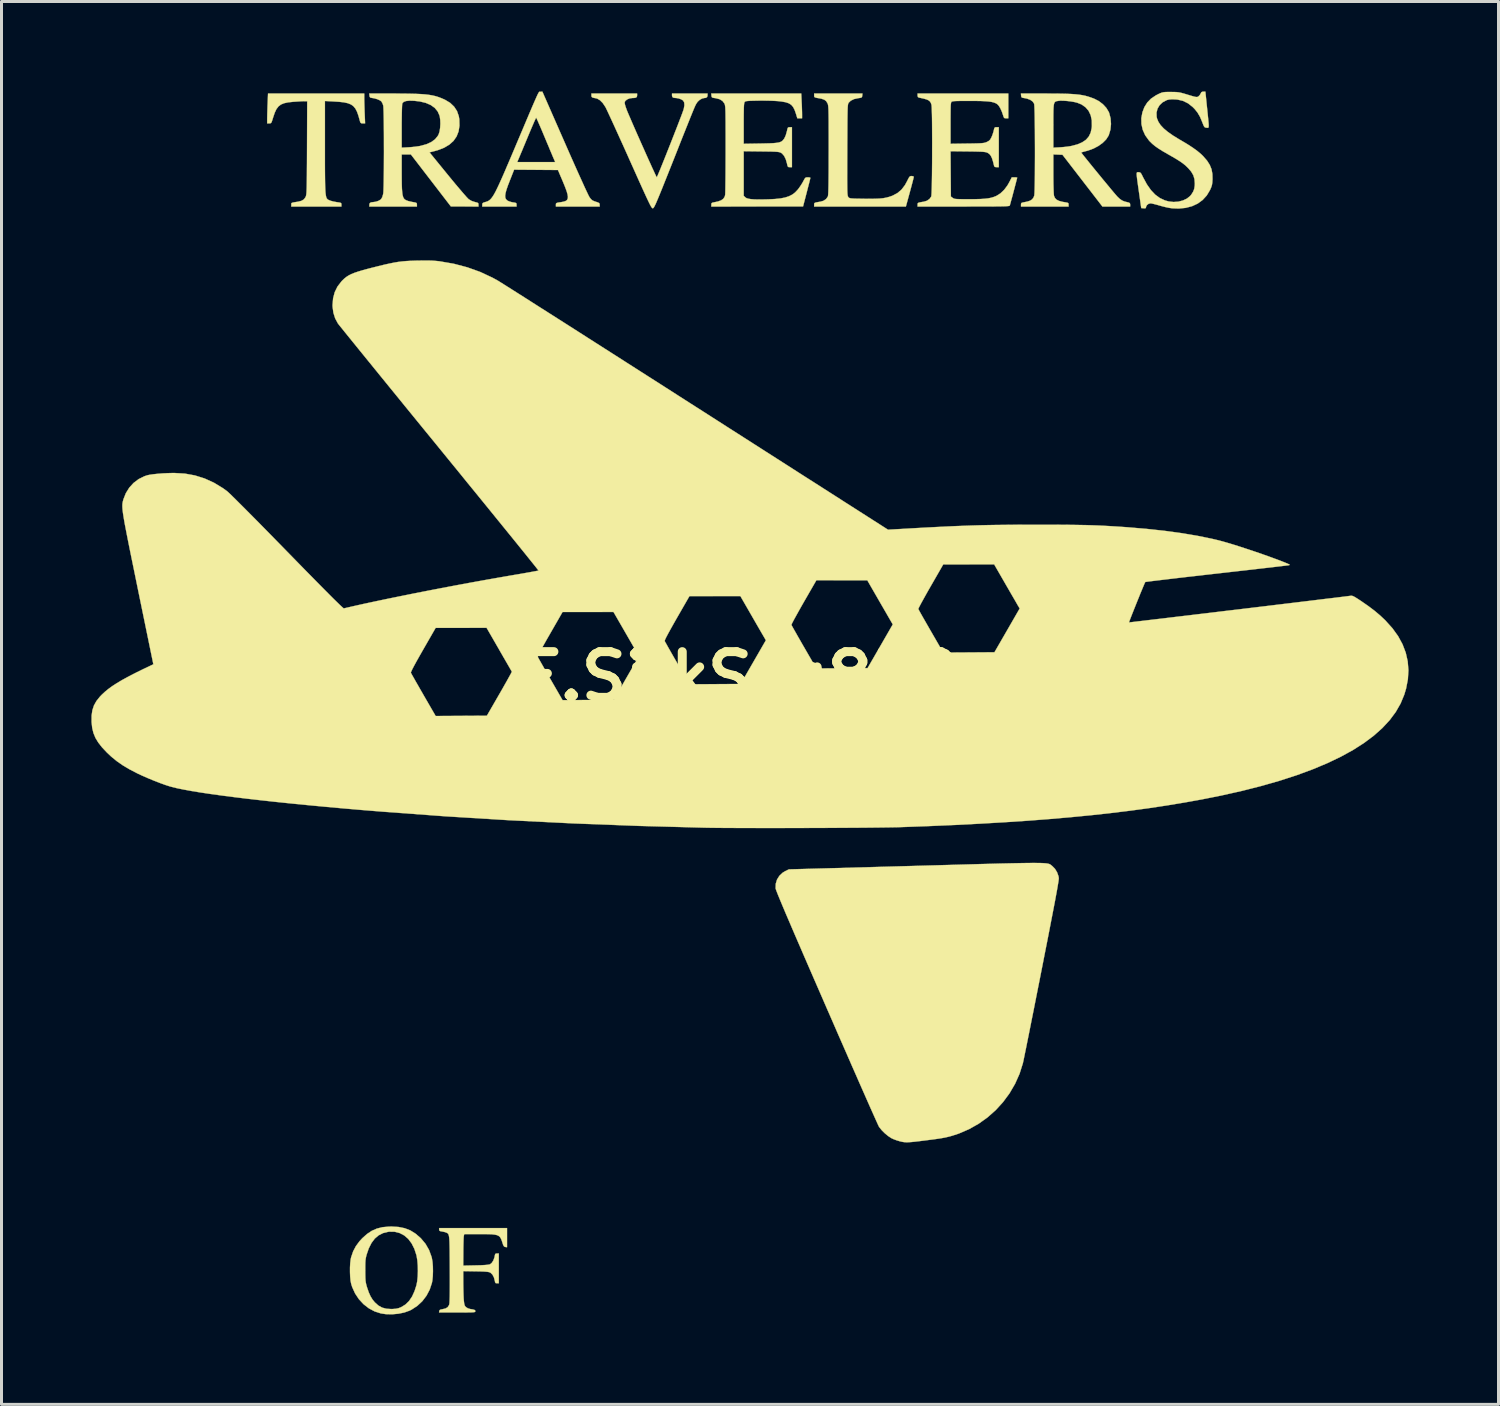
<source format=kicad_pcb>
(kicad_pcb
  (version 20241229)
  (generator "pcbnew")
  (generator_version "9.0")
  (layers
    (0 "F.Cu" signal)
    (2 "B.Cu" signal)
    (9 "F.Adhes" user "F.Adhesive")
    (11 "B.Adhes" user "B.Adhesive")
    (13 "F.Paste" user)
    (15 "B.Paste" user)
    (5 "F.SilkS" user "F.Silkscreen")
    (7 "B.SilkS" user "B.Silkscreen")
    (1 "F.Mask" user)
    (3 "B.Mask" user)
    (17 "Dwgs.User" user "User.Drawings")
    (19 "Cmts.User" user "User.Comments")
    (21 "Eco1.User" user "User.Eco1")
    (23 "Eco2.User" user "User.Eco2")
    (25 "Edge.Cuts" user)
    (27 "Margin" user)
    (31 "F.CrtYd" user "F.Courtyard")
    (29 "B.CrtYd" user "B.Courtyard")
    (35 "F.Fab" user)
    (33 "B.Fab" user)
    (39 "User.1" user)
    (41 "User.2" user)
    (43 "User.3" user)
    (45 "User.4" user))
  (footprint "F.SilkS_g852"
    (layer "F.Cu")
    (at 21.632 19.523)
    (property "Reference" "F.SilkS_g852" (at 0 0 0) (layer "F.SilkS") (effects (font (size 1.524 1.524) (thickness 0.3))))
    (attr through_hole)
    (fp_poly (pts (xy -12.531 -19.288) (xy -12.53 -19.207) (xy -12.527 -19.096) (xy -12.523 -18.968) (xy -12.519 -18.836) (xy -12.517 -18.791) (xy -12.503 -18.457) (xy -12.579 -18.457) (xy -12.628 -18.461) (xy -12.655 -18.478) (xy -12.672 -18.52) (xy -12.679 -18.547) (xy -12.725 -18.712) (xy -12.772 -18.845) (xy -12.826 -18.95) (xy -12.892 -19.029) (xy -12.974 -19.088) (xy -13.078 -19.13) (xy -13.209 -19.159) (xy -13.373 -19.177) (xy -13.563 -19.189) (xy -13.843 -19.204) (xy -13.843 -17.681) (xy -13.843 -17.372) (xy -13.843 -17.104) (xy -13.842 -16.872) (xy -13.84 -16.673) (xy -13.838 -16.506) (xy -13.835 -16.366) (xy -13.83 -16.252) (xy -13.825 -16.161) (xy -13.817 -16.089) (xy -13.808 -16.034) (xy -13.798 -15.992) (xy -13.785 -15.962) (xy -13.769 -15.94) (xy -13.752 -15.923) (xy -13.732 -15.908) (xy -13.731 -15.908) (xy -13.665 -15.879) (xy -13.565 -15.851) (xy -13.439 -15.828) (xy -13.393 -15.822) (xy -13.333 -15.812) (xy -13.303 -15.797) (xy -13.293 -15.77) (xy -13.293 -15.747) (xy -13.293 -15.684) (xy -14.965 -15.684) (xy -14.965 -15.747) (xy -14.965 -15.775) (xy -14.961 -15.793) (xy -14.944 -15.806) (xy -14.909 -15.817) (xy -14.847 -15.828) (xy -14.752 -15.843) (xy -14.737 -15.845) (xy -14.625 -15.874) (xy -14.545 -15.922) (xy -14.491 -15.995) (xy -14.485 -16.009) (xy -14.478 -16.028) (xy -14.471 -16.051) (xy -14.466 -16.08) (xy -14.461 -16.12) (xy -14.457 -16.172) (xy -14.454 -16.24) (xy -14.451 -16.327) (xy -14.449 -16.436) (xy -14.447 -16.57) (xy -14.445 -16.732) (xy -14.444 -16.925) (xy -14.442 -17.152) (xy -14.441 -17.416) (xy -14.44 -17.648) (xy -14.434 -19.198) (xy -14.535 -19.198) (xy -14.597 -19.196) (xy -14.688 -19.191) (xy -14.796 -19.184) (xy -14.899 -19.177) (xy -15.07 -19.159) (xy -15.205 -19.13) (xy -15.311 -19.086) (xy -15.394 -19.022) (xy -15.461 -18.933) (xy -15.517 -18.814) (xy -15.569 -18.661) (xy -15.571 -18.654) (xy -15.599 -18.564) (xy -15.619 -18.506) (xy -15.637 -18.475) (xy -15.658 -18.461) (xy -15.686 -18.457) (xy -15.7 -18.457) (xy -15.769 -18.457) (xy -15.769 -18.602) (xy -15.768 -18.674) (xy -15.766 -18.777) (xy -15.762 -18.9) (xy -15.758 -19.031) (xy -15.755 -19.1) (xy -15.741 -19.452) (xy -12.531 -19.452) (xy -12.531 -19.288)) (stroke (width 0.01) (type solid)) (fill yes) (layer "F.SilkS"))
    (fp_poly (pts (xy -11.387 18.357) (xy -11.181 18.399) (xy -10.994 18.472) (xy -10.822 18.579) (xy -10.656 18.722) (xy -10.643 18.734) (xy -10.488 18.919) (xy -10.369 19.126) (xy -10.286 19.354) (xy -10.275 19.399) (xy -10.254 19.522) (xy -10.242 19.672) (xy -10.239 19.833) (xy -10.244 19.993) (xy -10.258 20.136) (xy -10.274 20.224) (xy -10.348 20.447) (xy -10.457 20.653) (xy -10.597 20.836) (xy -10.764 20.991) (xy -10.954 21.115) (xy -11.018 21.147) (xy -11.194 21.21) (xy -11.394 21.251) (xy -11.604 21.27) (xy -11.811 21.265) (xy -11.974 21.241) (xy -12.184 21.174) (xy -12.379 21.07) (xy -12.555 20.933) (xy -12.709 20.767) (xy -12.836 20.576) (xy -12.933 20.363) (xy -12.967 20.255) (xy -12.988 20.15) (xy -13.001 20.015) (xy -13.007 19.865) (xy -13.007 19.793) (xy -12.497 19.793) (xy -12.497 19.812) (xy -12.496 19.951) (xy -12.494 20.056) (xy -12.489 20.138) (xy -12.48 20.206) (xy -12.467 20.269) (xy -12.449 20.336) (xy -12.439 20.369) (xy -12.382 20.535) (xy -12.322 20.669) (xy -12.254 20.78) (xy -12.178 20.872) (xy -12.061 20.977) (xy -11.935 21.047) (xy -11.791 21.085) (xy -11.623 21.095) (xy -11.588 21.094) (xy -11.475 21.085) (xy -11.384 21.065) (xy -11.297 21.03) (xy -11.158 20.945) (xy -11.038 20.829) (xy -10.937 20.68) (xy -10.853 20.496) (xy -10.791 20.303) (xy -10.764 20.168) (xy -10.748 20.005) (xy -10.742 19.825) (xy -10.746 19.643) (xy -10.76 19.471) (xy -10.785 19.322) (xy -10.791 19.296) (xy -10.86 19.085) (xy -10.952 18.903) (xy -11.065 18.754) (xy -11.198 18.639) (xy -11.348 18.56) (xy -11.513 18.517) (xy -11.69 18.514) (xy -11.735 18.519) (xy -11.904 18.561) (xy -12.052 18.636) (xy -12.18 18.745) (xy -12.289 18.89) (xy -12.381 19.072) (xy -12.45 19.273) (xy -12.468 19.34) (xy -12.481 19.403) (xy -12.49 19.471) (xy -12.495 19.552) (xy -12.497 19.657) (xy -12.497 19.793) (xy -13.007 19.793) (xy -13.007 19.71) (xy -12.999 19.563) (xy -12.984 19.436) (xy -12.969 19.367) (xy -12.901 19.169) (xy -12.809 18.994) (xy -12.687 18.83) (xy -12.595 18.731) (xy -12.437 18.59) (xy -12.277 18.484) (xy -12.108 18.41) (xy -11.92 18.364) (xy -11.708 18.345) (xy -11.62 18.343) (xy -11.387 18.357)) (stroke (width 0.01) (type solid)) (fill yes) (layer "F.SilkS"))
    (fp_poly (pts (xy 4.081 -19.383) (xy 4.075 -19.345) (xy 4.06 -19.323) (xy 4.025 -19.31) (xy 3.959 -19.3) (xy 3.95 -19.299) (xy 3.808 -19.268) (xy 3.698 -19.214) (xy 3.631 -19.149) (xy 3.623 -19.137) (xy 3.616 -19.123) (xy 3.61 -19.103) (xy 3.604 -19.076) (xy 3.6 -19.038) (xy 3.596 -18.986) (xy 3.593 -18.917) (xy 3.591 -18.828) (xy 3.589 -18.716) (xy 3.587 -18.578) (xy 3.586 -18.411) (xy 3.585 -18.212) (xy 3.584 -17.979) (xy 3.582 -17.707) (xy 3.582 -17.57) (xy 3.581 -17.28) (xy 3.58 -17.029) (xy 3.58 -16.814) (xy 3.579 -16.633) (xy 3.58 -16.482) (xy 3.581 -16.359) (xy 3.582 -16.26) (xy 3.584 -16.183) (xy 3.587 -16.124) (xy 3.591 -16.08) (xy 3.596 -16.05) (xy 3.601 -16.028) (xy 3.608 -16.013) (xy 3.615 -16.002) (xy 3.617 -16) (xy 3.631 -15.983) (xy 3.648 -15.971) (xy 3.672 -15.962) (xy 3.709 -15.955) (xy 3.765 -15.951) (xy 3.846 -15.947) (xy 3.957 -15.945) (xy 4.103 -15.943) (xy 4.141 -15.942) (xy 4.347 -15.94) (xy 4.517 -15.943) (xy 4.658 -15.949) (xy 4.778 -15.961) (xy 4.881 -15.98) (xy 4.976 -16.005) (xy 5.069 -16.037) (xy 5.101 -16.05) (xy 5.259 -16.135) (xy 5.393 -16.25) (xy 5.507 -16.4) (xy 5.576 -16.527) (xy 5.617 -16.609) (xy 5.646 -16.66) (xy 5.671 -16.688) (xy 5.697 -16.699) (xy 5.73 -16.701) (xy 5.78 -16.693) (xy 5.8 -16.674) (xy 5.8 -16.674) (xy 5.795 -16.647) (xy 5.78 -16.585) (xy 5.757 -16.494) (xy 5.727 -16.381) (xy 5.692 -16.251) (xy 5.669 -16.166) (xy 5.537 -15.684) (xy 2.477 -15.684) (xy 2.477 -15.746) (xy 2.478 -15.777) (xy 2.487 -15.798) (xy 2.512 -15.812) (xy 2.561 -15.824) (xy 2.641 -15.838) (xy 2.682 -15.844) (xy 2.788 -15.875) (xy 2.873 -15.932) (xy 2.928 -16.006) (xy 2.936 -16.024) (xy 2.941 -16.052) (xy 2.946 -16.104) (xy 2.95 -16.183) (xy 2.953 -16.289) (xy 2.956 -16.426) (xy 2.958 -16.596) (xy 2.96 -16.8) (xy 2.961 -17.041) (xy 2.961 -17.32) (xy 2.962 -17.568) (xy 2.962 -17.854) (xy 2.962 -18.1) (xy 2.961 -18.311) (xy 2.961 -18.488) (xy 2.96 -18.636) (xy 2.958 -18.756) (xy 2.956 -18.853) (xy 2.954 -18.93) (xy 2.95 -18.989) (xy 2.946 -19.034) (xy 2.941 -19.068) (xy 2.935 -19.094) (xy 2.928 -19.114) (xy 2.921 -19.13) (xy 2.878 -19.199) (xy 2.817 -19.246) (xy 2.728 -19.278) (xy 2.656 -19.293) (xy 2.57 -19.307) (xy 2.517 -19.32) (xy 2.489 -19.334) (xy 2.478 -19.355) (xy 2.477 -19.386) (xy 2.477 -19.389) (xy 2.477 -19.452) (xy 4.088 -19.452) (xy 4.081 -19.383)) (stroke (width 0.01) (type solid)) (fill yes) (layer "F.SilkS"))
    (fp_poly (pts (xy -7.768 19.032) (xy -7.824 19.025) (xy -7.857 19.015) (xy -7.881 18.989) (xy -7.904 18.937) (xy -7.917 18.896) (xy -7.944 18.812) (xy -7.971 18.746) (xy -8.003 18.694) (xy -8.046 18.656) (xy -8.103 18.629) (xy -8.181 18.612) (xy -8.284 18.601) (xy -8.416 18.597) (xy -8.584 18.595) (xy -8.678 18.595) (xy -9.196 18.595) (xy -9.21 18.658) (xy -9.214 18.698) (xy -9.218 18.773) (xy -9.221 18.875) (xy -9.224 18.998) (xy -9.226 19.135) (xy -9.226 19.184) (xy -9.229 19.647) (xy -8.811 19.638) (xy -8.644 19.634) (xy -8.515 19.627) (xy -8.422 19.619) (xy -8.36 19.609) (xy -8.333 19.6) (xy -8.274 19.551) (xy -8.223 19.47) (xy -8.187 19.369) (xy -8.179 19.327) (xy -8.167 19.272) (xy -8.148 19.247) (xy -8.111 19.241) (xy -8.104 19.241) (xy -8.043 19.241) (xy -8.043 20.235) (xy -8.104 20.235) (xy -8.144 20.231) (xy -8.165 20.208) (xy -8.175 20.156) (xy -8.176 20.154) (xy -8.204 20.043) (xy -8.252 19.95) (xy -8.315 19.887) (xy -8.327 19.88) (xy -8.357 19.867) (xy -8.398 19.857) (xy -8.457 19.85) (xy -8.539 19.844) (xy -8.65 19.84) (xy -8.798 19.837) (xy -8.811 19.837) (xy -9.229 19.83) (xy -9.228 20.239) (xy -9.226 20.38) (xy -9.223 20.52) (xy -9.219 20.647) (xy -9.214 20.752) (xy -9.209 20.816) (xy -9.198 20.905) (xy -9.184 20.964) (xy -9.165 21.002) (xy -9.136 21.032) (xy -9.076 21.069) (xy -9.005 21.092) (xy -9.001 21.093) (xy -8.915 21.107) (xy -8.864 21.12) (xy -8.837 21.134) (xy -8.827 21.152) (xy -8.826 21.167) (xy -8.828 21.179) (xy -8.835 21.189) (xy -8.852 21.196) (xy -8.885 21.201) (xy -8.936 21.205) (xy -9.012 21.207) (xy -9.117 21.208) (xy -9.254 21.209) (xy -9.429 21.209) (xy -10.036 21.209) (xy -10.029 21.162) (xy -10.017 21.131) (xy -9.986 21.113) (xy -9.923 21.1) (xy -9.921 21.1) (xy -9.817 21.075) (xy -9.748 21.032) (xy -9.705 20.967) (xy -9.694 20.934) (xy -9.688 20.889) (xy -9.684 20.802) (xy -9.68 20.674) (xy -9.678 20.504) (xy -9.677 20.292) (xy -9.677 20.037) (xy -9.678 19.754) (xy -9.679 19.503) (xy -9.681 19.291) (xy -9.682 19.115) (xy -9.685 18.971) (xy -9.688 18.855) (xy -9.693 18.764) (xy -9.7 18.695) (xy -9.709 18.644) (xy -9.72 18.608) (xy -9.734 18.584) (xy -9.75 18.567) (xy -9.771 18.555) (xy -9.795 18.544) (xy -9.796 18.543) (xy -9.851 18.525) (xy -9.921 18.51) (xy -9.94 18.507) (xy -9.999 18.495) (xy -10.026 18.478) (xy -10.033 18.447) (xy -10.033 18.444) (xy -10.033 18.394) (xy -7.768 18.394) (xy -7.768 19.032)) (stroke (width 0.01) (type solid)) (fill yes) (layer "F.SilkS"))
    (fp_poly (pts (xy -5.84 -17.809) (xy -5.727 -17.552) (xy -5.618 -17.305) (xy -5.513 -17.069) (xy -5.415 -16.849) (xy -5.324 -16.648) (xy -5.242 -16.468) (xy -5.171 -16.311) (xy -5.111 -16.183) (xy -5.064 -16.084) (xy -5.031 -16.019) (xy -5.016 -15.993) (xy -4.969 -15.931) (xy -4.924 -15.891) (xy -4.864 -15.862) (xy -4.81 -15.844) (xy -4.738 -15.82) (xy -4.699 -15.8) (xy -4.682 -15.777) (xy -4.678 -15.744) (xy -4.678 -15.684) (xy -6.138 -15.684) (xy -6.138 -15.745) (xy -6.136 -15.775) (xy -6.125 -15.795) (xy -6.095 -15.808) (xy -6.039 -15.819) (xy -5.975 -15.828) (xy -5.887 -15.844) (xy -5.819 -15.865) (xy -5.772 -15.896) (xy -5.745 -15.941) (xy -5.737 -16.004) (xy -5.749 -16.087) (xy -5.78 -16.196) (xy -5.831 -16.334) (xy -5.9 -16.504) (xy -5.934 -16.584) (xy -6.07 -16.902) (xy -7.532 -16.913) (xy -7.672 -16.558) (xy -7.739 -16.385) (xy -7.787 -16.246) (xy -7.817 -16.136) (xy -7.83 -16.05) (xy -7.827 -15.984) (xy -7.807 -15.934) (xy -7.771 -15.895) (xy -7.743 -15.875) (xy -7.681 -15.849) (xy -7.602 -15.827) (xy -7.563 -15.821) (xy -7.498 -15.811) (xy -7.465 -15.798) (xy -7.452 -15.775) (xy -7.451 -15.746) (xy -7.451 -15.684) (xy -8.594 -15.684) (xy -8.594 -15.745) (xy -8.589 -15.784) (xy -8.568 -15.807) (xy -8.52 -15.825) (xy -8.498 -15.831) (xy -8.453 -15.844) (xy -8.411 -15.86) (xy -8.371 -15.883) (xy -8.331 -15.915) (xy -8.291 -15.958) (xy -8.249 -16.015) (xy -8.203 -16.088) (xy -8.152 -16.181) (xy -8.095 -16.296) (xy -8.03 -16.434) (xy -7.955 -16.6) (xy -7.869 -16.795) (xy -7.772 -17.022) (xy -7.71 -17.166) (xy -7.428 -17.166) (xy -6.161 -17.166) (xy -6.223 -17.309) (xy -6.247 -17.365) (xy -6.284 -17.454) (xy -6.333 -17.569) (xy -6.389 -17.705) (xy -6.452 -17.853) (xy -6.517 -18.009) (xy -6.534 -18.049) (xy -6.596 -18.198) (xy -6.654 -18.333) (xy -6.705 -18.45) (xy -6.746 -18.544) (xy -6.777 -18.61) (xy -6.794 -18.644) (xy -6.797 -18.647) (xy -6.808 -18.629) (xy -6.833 -18.576) (xy -6.869 -18.495) (xy -6.915 -18.389) (xy -6.968 -18.265) (xy -7.023 -18.135) (xy -7.087 -17.981) (xy -7.151 -17.827) (xy -7.212 -17.681) (xy -7.266 -17.55) (xy -7.311 -17.445) (xy -7.332 -17.394) (xy -7.428 -17.166) (xy -7.71 -17.166) (xy -7.66 -17.283) (xy -7.566 -17.505) (xy -7.429 -17.829) (xy -7.307 -18.117) (xy -7.2 -18.37) (xy -7.107 -18.591) (xy -7.026 -18.782) (xy -6.957 -18.944) (xy -6.898 -19.081) (xy -6.849 -19.194) (xy -6.808 -19.286) (xy -6.776 -19.359) (xy -6.75 -19.415) (xy -6.729 -19.456) (xy -6.713 -19.484) (xy -6.701 -19.502) (xy -6.691 -19.511) (xy -6.683 -19.515) (xy -6.676 -19.515) (xy -6.668 -19.513) (xy -6.659 -19.511) (xy -6.654 -19.511) (xy -6.59 -19.518) (xy -5.84 -17.809)) (stroke (width 0.01) (type solid)) (fill yes) (layer "F.SilkS"))
    (fp_poly (pts (xy 9.916 6.215) (xy 10.013 6.216) (xy 10.095 6.219) (xy 10.162 6.223) (xy 10.217 6.228) (xy 10.26 6.234) (xy 10.295 6.242) (xy 10.323 6.25) (xy 10.344 6.26) (xy 10.362 6.271) (xy 10.378 6.283) (xy 10.394 6.296) (xy 10.411 6.311) (xy 10.424 6.321) (xy 10.511 6.41) (xy 10.581 6.526) (xy 10.627 6.654) (xy 10.637 6.71) (xy 10.638 6.732) (xy 10.634 6.772) (xy 10.626 6.832) (xy 10.613 6.911) (xy 10.596 7.014) (xy 10.574 7.14) (xy 10.546 7.292) (xy 10.513 7.472) (xy 10.473 7.681) (xy 10.427 7.92) (xy 10.374 8.193) (xy 10.315 8.499) (xy 10.248 8.842) (xy 10.173 9.222) (xy 10.091 9.641) (xy 10.066 9.768) (xy 9.997 10.119) (xy 9.929 10.46) (xy 9.864 10.789) (xy 9.802 11.104) (xy 9.742 11.402) (xy 9.687 11.68) (xy 9.636 11.936) (xy 9.589 12.168) (xy 9.548 12.373) (xy 9.512 12.548) (xy 9.483 12.691) (xy 9.461 12.799) (xy 9.445 12.871) (xy 9.439 12.899) (xy 9.328 13.249) (xy 9.179 13.582) (xy 8.995 13.897) (xy 8.779 14.19) (xy 8.534 14.459) (xy 8.261 14.701) (xy 7.963 14.914) (xy 7.644 15.094) (xy 7.306 15.24) (xy 7.086 15.312) (xy 7.005 15.335) (xy 6.928 15.354) (xy 6.851 15.372) (xy 6.765 15.388) (xy 6.664 15.405) (xy 6.543 15.423) (xy 6.394 15.443) (xy 6.212 15.466) (xy 6.154 15.474) (xy 5.974 15.496) (xy 5.829 15.513) (xy 5.714 15.524) (xy 5.622 15.53) (xy 5.546 15.531) (xy 5.481 15.527) (xy 5.42 15.518) (xy 5.357 15.504) (xy 5.317 15.493) (xy 5.221 15.464) (xy 5.124 15.427) (xy 5.053 15.394) (xy 4.946 15.324) (xy 4.834 15.232) (xy 4.731 15.129) (xy 4.65 15.028) (xy 4.639 15.012) (xy 4.625 14.983) (xy 4.594 14.917) (xy 4.548 14.815) (xy 4.488 14.681) (xy 4.414 14.516) (xy 4.327 14.321) (xy 4.229 14.099) (xy 4.12 13.851) (xy 4 13.58) (xy 3.872 13.287) (xy 3.734 12.974) (xy 3.59 12.644) (xy 3.438 12.297) (xy 3.28 11.937) (xy 3.118 11.564) (xy 2.951 11.181) (xy 2.889 11.04) (xy 2.679 10.556) (xy 2.484 10.109) (xy 2.306 9.699) (xy 2.143 9.324) (xy 1.996 8.983) (xy 1.862 8.674) (xy 1.743 8.397) (xy 1.637 8.149) (xy 1.543 7.931) (xy 1.462 7.739) (xy 1.393 7.575) (xy 1.335 7.435) (xy 1.287 7.319) (xy 1.25 7.226) (xy 1.222 7.154) (xy 1.203 7.102) (xy 1.193 7.07) (xy 1.191 7.059) (xy 1.196 6.908) (xy 1.239 6.767) (xy 1.318 6.641) (xy 1.427 6.538) (xy 1.515 6.486) (xy 1.633 6.428) (xy 5.88 6.311) (xy 6.387 6.297) (xy 6.853 6.284) (xy 7.28 6.272) (xy 7.67 6.261) (xy 8.024 6.251) (xy 8.346 6.243) (xy 8.635 6.235) (xy 8.894 6.229) (xy 9.125 6.224) (xy 9.329 6.22) (xy 9.509 6.217) (xy 9.665 6.215) (xy 9.8 6.214) (xy 9.916 6.215)) (stroke (width 0.01) (type solid)) (fill yes) (layer "F.SilkS"))
    (fp_poly (pts (xy -3.429 -19.391) (xy -3.437 -19.345) (xy -3.465 -19.318) (xy -3.521 -19.306) (xy -3.584 -19.304) (xy -3.676 -19.292) (xy -3.757 -19.259) (xy -3.817 -19.212) (xy -3.839 -19.177) (xy -3.844 -19.142) (xy -3.836 -19.092) (xy -3.815 -19.019) (xy -3.779 -18.917) (xy -3.773 -18.901) (xy -3.749 -18.841) (xy -3.711 -18.751) (xy -3.661 -18.636) (xy -3.602 -18.499) (xy -3.535 -18.345) (xy -3.462 -18.178) (xy -3.384 -18.002) (xy -3.304 -17.821) (xy -3.223 -17.64) (xy -3.144 -17.462) (xy -3.068 -17.292) (xy -2.996 -17.134) (xy -2.932 -16.991) (xy -2.875 -16.869) (xy -2.83 -16.771) (xy -2.796 -16.701) (xy -2.777 -16.664) (xy -2.773 -16.658) (xy -2.763 -16.677) (xy -2.739 -16.732) (xy -2.703 -16.817) (xy -2.656 -16.929) (xy -2.602 -17.064) (xy -2.54 -17.217) (xy -2.473 -17.384) (xy -2.403 -17.561) (xy -2.33 -17.744) (xy -2.258 -17.928) (xy -2.187 -18.109) (xy -2.119 -18.282) (xy -2.056 -18.445) (xy -2 -18.592) (xy -1.951 -18.719) (xy -1.913 -18.822) (xy -1.886 -18.897) (xy -1.873 -18.939) (xy -1.872 -18.94) (xy -1.851 -19.062) (xy -1.858 -19.154) (xy -1.893 -19.217) (xy -1.901 -19.225) (xy -1.963 -19.261) (xy -2.045 -19.29) (xy -2.127 -19.304) (xy -2.139 -19.304) (xy -2.212 -19.311) (xy -2.252 -19.336) (xy -2.265 -19.384) (xy -2.265 -19.391) (xy -2.265 -19.452) (xy -1.079 -19.452) (xy -1.079 -19.391) (xy -1.093 -19.337) (xy -1.135 -19.309) (xy -1.186 -19.304) (xy -1.26 -19.287) (xy -1.339 -19.243) (xy -1.407 -19.181) (xy -1.427 -19.154) (xy -1.439 -19.136) (xy -1.45 -19.119) (xy -1.462 -19.1) (xy -1.474 -19.077) (xy -1.489 -19.047) (xy -1.507 -19.007) (xy -1.529 -18.956) (xy -1.556 -18.891) (xy -1.59 -18.808) (xy -1.631 -18.707) (xy -1.681 -18.583) (xy -1.74 -18.435) (xy -1.81 -18.26) (xy -1.892 -18.055) (xy -1.986 -17.819) (xy -2.093 -17.547) (xy -2.202 -17.272) (xy -2.319 -16.978) (xy -2.421 -16.722) (xy -2.51 -16.5) (xy -2.586 -16.309) (xy -2.651 -16.149) (xy -2.706 -16.015) (xy -2.752 -15.906) (xy -2.789 -15.819) (xy -2.819 -15.752) (xy -2.844 -15.702) (xy -2.863 -15.667) (xy -2.878 -15.644) (xy -2.89 -15.632) (xy -2.901 -15.626) (xy -2.904 -15.625) (xy -2.914 -15.626) (xy -2.924 -15.632) (xy -2.937 -15.645) (xy -2.954 -15.668) (xy -2.975 -15.703) (xy -3.002 -15.754) (xy -3.035 -15.821) (xy -3.077 -15.908) (xy -3.128 -16.017) (xy -3.189 -16.15) (xy -3.262 -16.31) (xy -3.348 -16.5) (xy -3.447 -16.721) (xy -3.561 -16.976) (xy -3.682 -17.245) (xy -3.794 -17.496) (xy -3.903 -17.738) (xy -4.008 -17.969) (xy -4.106 -18.185) (xy -4.196 -18.383) (xy -4.277 -18.56) (xy -4.348 -18.713) (xy -4.406 -18.838) (xy -4.451 -18.933) (xy -4.481 -18.994) (xy -4.491 -19.011) (xy -4.576 -19.137) (xy -4.668 -19.229) (xy -4.761 -19.284) (xy -4.804 -19.295) (xy -4.882 -19.31) (xy -4.926 -19.324) (xy -4.947 -19.345) (xy -4.953 -19.378) (xy -4.953 -19.39) (xy -4.953 -19.452) (xy -3.429 -19.452) (xy -3.429 -19.391)) (stroke (width 0.01) (type solid)) (fill yes) (layer "F.SilkS"))
    (fp_poly (pts (xy -11.542 -19.452) (xy -11.266 -19.451) (xy -11.028 -19.448) (xy -10.823 -19.443) (xy -10.647 -19.435) (xy -10.496 -19.424) (xy -10.365 -19.408) (xy -10.249 -19.388) (xy -10.144 -19.363) (xy -10.047 -19.332) (xy -9.951 -19.295) (xy -9.853 -19.252) (xy -9.829 -19.24) (xy -9.664 -19.14) (xy -9.533 -19.015) (xy -9.437 -18.868) (xy -9.378 -18.7) (xy -9.36 -18.593) (xy -9.355 -18.38) (xy -9.385 -18.189) (xy -9.451 -18.021) (xy -9.553 -17.874) (xy -9.691 -17.75) (xy -9.865 -17.646) (xy -10.076 -17.564) (xy -10.172 -17.537) (xy -10.354 -17.49) (xy -9.743 -16.741) (xy -9.615 -16.585) (xy -9.492 -16.436) (xy -9.377 -16.3) (xy -9.274 -16.179) (xy -9.186 -16.077) (xy -9.115 -15.997) (xy -9.065 -15.945) (xy -9.044 -15.925) (xy -8.947 -15.869) (xy -8.838 -15.833) (xy -8.771 -15.817) (xy -8.736 -15.801) (xy -8.723 -15.778) (xy -8.721 -15.746) (xy -8.721 -15.684) (xy -9.181 -15.685) (xy -9.641 -15.686) (xy -10.975 -17.42) (xy -11.128 -17.42) (xy -11.282 -17.42) (xy -11.282 -16.807) (xy -11.281 -16.596) (xy -11.279 -16.423) (xy -11.274 -16.283) (xy -11.266 -16.173) (xy -11.256 -16.088) (xy -11.241 -16.024) (xy -11.223 -15.976) (xy -11.2 -15.941) (xy -11.188 -15.928) (xy -11.14 -15.895) (xy -11.063 -15.866) (xy -10.953 -15.84) (xy -10.853 -15.822) (xy -10.801 -15.81) (xy -10.778 -15.788) (xy -10.774 -15.747) (xy -10.774 -15.684) (xy -12.361 -15.684) (xy -12.361 -15.746) (xy -12.349 -15.795) (xy -12.307 -15.822) (xy -12.231 -15.832) (xy -12.224 -15.832) (xy -12.137 -15.845) (xy -12.05 -15.876) (xy -11.981 -15.919) (xy -11.969 -15.931) (xy -11.931 -15.996) (xy -11.902 -16.094) (xy -11.898 -16.116) (xy -11.893 -16.164) (xy -11.889 -16.25) (xy -11.885 -16.368) (xy -11.882 -16.514) (xy -11.88 -16.684) (xy -11.877 -16.874) (xy -11.876 -17.078) (xy -11.875 -17.292) (xy -11.874 -17.512) (xy -11.875 -17.734) (xy -11.875 -17.953) (xy -11.876 -18.164) (xy -11.878 -18.358) (xy -11.282 -18.358) (xy -11.282 -17.647) (xy -11.054 -17.659) (xy -10.937 -17.668) (xy -10.812 -17.682) (xy -10.701 -17.698) (xy -10.658 -17.706) (xy -10.459 -17.761) (xy -10.296 -17.834) (xy -10.17 -17.926) (xy -10.078 -18.038) (xy -10.047 -18.097) (xy -10.018 -18.19) (xy -10 -18.309) (xy -9.992 -18.441) (xy -9.996 -18.571) (xy -10.012 -18.685) (xy -10.02 -18.716) (xy -10.082 -18.856) (xy -10.179 -18.974) (xy -10.312 -19.069) (xy -10.478 -19.141) (xy -10.679 -19.189) (xy -10.868 -19.211) (xy -11.021 -19.215) (xy -11.137 -19.203) (xy -11.216 -19.174) (xy -11.259 -19.129) (xy -11.262 -19.122) (xy -11.267 -19.088) (xy -11.271 -19.016) (xy -11.275 -18.912) (xy -11.278 -18.782) (xy -11.28 -18.628) (xy -11.282 -18.458) (xy -11.282 -18.358) (xy -11.878 -18.358) (xy -11.878 -18.363) (xy -11.88 -18.545) (xy -11.883 -18.707) (xy -11.886 -18.843) (xy -11.89 -18.949) (xy -11.894 -19.021) (xy -11.897 -19.05) (xy -11.921 -19.12) (xy -11.954 -19.18) (xy -11.965 -19.194) (xy -12.018 -19.23) (xy -12.099 -19.265) (xy -12.195 -19.293) (xy -12.287 -19.308) (xy -12.332 -19.319) (xy -12.352 -19.349) (xy -12.357 -19.383) (xy -12.364 -19.452) (xy -11.542 -19.452)) (stroke (width 0.01) (type solid)) (fill yes) (layer "F.SilkS"))
    (fp_poly (pts (xy 2.06 -19.163) (xy 2.066 -19.044) (xy 2.07 -18.927) (xy 2.073 -18.827) (xy 2.074 -18.755) (xy 2.074 -18.75) (xy 2.074 -18.627) (xy 1.995 -18.627) (xy 1.916 -18.627) (xy 1.869 -18.781) (xy 1.825 -18.907) (xy 1.775 -19.004) (xy 1.713 -19.076) (xy 1.632 -19.127) (xy 1.526 -19.163) (xy 1.388 -19.187) (xy 1.274 -19.2) (xy 1.165 -19.207) (xy 1.027 -19.213) (xy 0.873 -19.216) (xy 0.715 -19.217) (xy 0.601 -19.216) (xy 0.458 -19.213) (xy 0.351 -19.21) (xy 0.275 -19.206) (xy 0.223 -19.2) (xy 0.19 -19.193) (xy 0.17 -19.182) (xy 0.157 -19.168) (xy 0.148 -19.149) (xy 0.142 -19.116) (xy 0.136 -19.064) (xy 0.132 -18.989) (xy 0.13 -18.888) (xy 0.128 -18.756) (xy 0.127 -18.588) (xy 0.127 -18.451) (xy 0.127 -17.776) (xy 0.683 -17.785) (xy 0.869 -17.789) (xy 1.017 -17.793) (xy 1.134 -17.799) (xy 1.224 -17.808) (xy 1.292 -17.819) (xy 1.344 -17.834) (xy 1.385 -17.853) (xy 1.419 -17.878) (xy 1.426 -17.884) (xy 1.481 -17.953) (xy 1.529 -18.057) (xy 1.566 -18.188) (xy 1.569 -18.199) (xy 1.585 -18.27) (xy 1.599 -18.31) (xy 1.62 -18.326) (xy 1.653 -18.33) (xy 1.666 -18.33) (xy 1.736 -18.33) (xy 1.736 -16.997) (xy 1.666 -16.997) (xy 1.626 -16.999) (xy 1.603 -17.012) (xy 1.587 -17.046) (xy 1.572 -17.111) (xy 1.571 -17.119) (xy 1.53 -17.261) (xy 1.474 -17.374) (xy 1.405 -17.453) (xy 1.376 -17.473) (xy 1.351 -17.485) (xy 1.323 -17.495) (xy 1.286 -17.503) (xy 1.235 -17.509) (xy 1.165 -17.513) (xy 1.07 -17.517) (xy 0.945 -17.519) (xy 0.785 -17.521) (xy 0.714 -17.522) (xy 0.127 -17.529) (xy 0.127 -16.042) (xy 0.177 -15.993) (xy 0.217 -15.965) (xy 0.279 -15.945) (xy 0.366 -15.93) (xy 0.483 -15.921) (xy 0.632 -15.918) (xy 0.817 -15.92) (xy 0.941 -15.923) (xy 1.163 -15.934) (xy 1.35 -15.953) (xy 1.505 -15.983) (xy 1.635 -16.025) (xy 1.744 -16.08) (xy 1.84 -16.152) (xy 1.926 -16.242) (xy 1.962 -16.288) (xy 2.021 -16.372) (xy 2.08 -16.465) (xy 2.119 -16.536) (xy 2.154 -16.602) (xy 2.181 -16.639) (xy 2.21 -16.654) (xy 2.253 -16.658) (xy 2.265 -16.658) (xy 2.318 -16.655) (xy 2.348 -16.646) (xy 2.35 -16.642) (xy 2.346 -16.618) (xy 2.332 -16.559) (xy 2.31 -16.471) (xy 2.281 -16.36) (xy 2.248 -16.231) (xy 2.229 -16.156) (xy 2.106 -15.685) (xy 0.577 -15.685) (xy -0.953 -15.684) (xy -0.953 -15.747) (xy -0.948 -15.789) (xy -0.925 -15.81) (xy -0.873 -15.822) (xy -0.733 -15.851) (xy -0.629 -15.889) (xy -0.557 -15.938) (xy -0.512 -16.003) (xy -0.493 -16.063) (xy -0.49 -16.096) (xy -0.487 -16.169) (xy -0.485 -16.276) (xy -0.483 -16.415) (xy -0.481 -16.582) (xy -0.479 -16.772) (xy -0.478 -16.983) (xy -0.477 -17.21) (xy -0.476 -17.451) (xy -0.476 -17.59) (xy -0.476 -17.873) (xy -0.476 -18.117) (xy -0.477 -18.325) (xy -0.477 -18.5) (xy -0.479 -18.645) (xy -0.48 -18.763) (xy -0.482 -18.858) (xy -0.485 -18.933) (xy -0.488 -18.99) (xy -0.493 -19.033) (xy -0.498 -19.065) (xy -0.504 -19.089) (xy -0.511 -19.108) (xy -0.519 -19.124) (xy -0.582 -19.206) (xy -0.678 -19.264) (xy -0.808 -19.298) (xy -0.832 -19.301) (xy -0.897 -19.311) (xy -0.93 -19.324) (xy -0.944 -19.35) (xy -0.949 -19.383) (xy -0.955 -19.452) (xy 2.047 -19.452) (xy 2.06 -19.163)) (stroke (width 0.01) (type solid)) (fill yes) (layer "F.SilkS"))
    (fp_poly (pts (xy 10.185 -19.452) (xy 10.452 -19.451) (xy 10.681 -19.449) (xy 10.877 -19.445) (xy 11.044 -19.438) (xy 11.188 -19.428) (xy 11.313 -19.415) (xy 11.424 -19.398) (xy 11.525 -19.377) (xy 11.621 -19.35) (xy 11.716 -19.318) (xy 11.816 -19.281) (xy 11.822 -19.278) (xy 11.974 -19.2) (xy 12.11 -19.096) (xy 12.223 -18.974) (xy 12.303 -18.841) (xy 12.318 -18.807) (xy 12.365 -18.627) (xy 12.379 -18.437) (xy 12.361 -18.25) (xy 12.309 -18.076) (xy 12.295 -18.043) (xy 12.217 -17.922) (xy 12.104 -17.809) (xy 11.963 -17.706) (xy 11.799 -17.619) (xy 11.619 -17.552) (xy 11.541 -17.531) (xy 11.468 -17.512) (xy 11.413 -17.496) (xy 11.389 -17.485) (xy 11.388 -17.484) (xy 11.401 -17.464) (xy 11.438 -17.416) (xy 11.495 -17.344) (xy 11.57 -17.251) (xy 11.658 -17.142) (xy 11.757 -17.02) (xy 11.863 -16.89) (xy 11.973 -16.756) (xy 12.083 -16.621) (xy 12.191 -16.491) (xy 12.293 -16.368) (xy 12.385 -16.256) (xy 12.465 -16.161) (xy 12.529 -16.086) (xy 12.574 -16.034) (xy 12.59 -16.016) (xy 12.672 -15.938) (xy 12.746 -15.887) (xy 12.827 -15.852) (xy 12.911 -15.831) (xy 12.974 -15.815) (xy 13.005 -15.798) (xy 13.016 -15.771) (xy 13.018 -15.746) (xy 13.018 -15.684) (xy 12.093 -15.684) (xy 11.427 -16.547) (xy 10.761 -17.41) (xy 10.608 -17.416) (xy 10.456 -17.422) (xy 10.456 -16.77) (xy 10.457 -16.588) (xy 10.459 -16.423) (xy 10.463 -16.282) (xy 10.467 -16.167) (xy 10.472 -16.085) (xy 10.478 -16.041) (xy 10.478 -16.04) (xy 10.51 -15.968) (xy 10.563 -15.913) (xy 10.643 -15.872) (xy 10.756 -15.841) (xy 10.864 -15.823) (xy 10.924 -15.812) (xy 10.954 -15.797) (xy 10.964 -15.769) (xy 10.964 -15.747) (xy 10.964 -15.684) (xy 9.377 -15.684) (xy 9.377 -15.747) (xy 9.382 -15.789) (xy 9.405 -15.81) (xy 9.456 -15.822) (xy 9.584 -15.847) (xy 9.677 -15.877) (xy 9.742 -15.917) (xy 9.787 -15.971) (xy 9.818 -16.042) (xy 9.823 -16.078) (xy 9.828 -16.153) (xy 9.832 -16.261) (xy 9.835 -16.398) (xy 9.838 -16.561) (xy 9.84 -16.745) (xy 9.841 -16.945) (xy 9.842 -17.158) (xy 9.843 -17.378) (xy 9.843 -17.603) (xy 9.842 -17.827) (xy 9.841 -18.046) (xy 9.84 -18.256) (xy 9.837 -18.453) (xy 9.835 -18.605) (xy 10.456 -18.605) (xy 10.456 -18.404) (xy 10.456 -18.38) (xy 10.456 -17.647) (xy 10.684 -17.659) (xy 10.798 -17.668) (xy 10.916 -17.681) (xy 11.019 -17.696) (xy 11.061 -17.704) (xy 11.26 -17.757) (xy 11.42 -17.826) (xy 11.546 -17.912) (xy 11.638 -18.018) (xy 11.701 -18.147) (xy 11.735 -18.301) (xy 11.741 -18.366) (xy 11.738 -18.561) (xy 11.701 -18.732) (xy 11.631 -18.878) (xy 11.528 -18.997) (xy 11.394 -19.09) (xy 11.253 -19.146) (xy 11.157 -19.17) (xy 11.04 -19.19) (xy 10.914 -19.205) (xy 10.793 -19.213) (xy 10.691 -19.215) (xy 10.639 -19.21) (xy 10.592 -19.203) (xy 10.554 -19.196) (xy 10.524 -19.182) (xy 10.501 -19.16) (xy 10.484 -19.125) (xy 10.471 -19.072) (xy 10.464 -18.998) (xy 10.459 -18.898) (xy 10.457 -18.768) (xy 10.456 -18.605) (xy 9.835 -18.605) (xy 9.835 -18.632) (xy 9.832 -18.79) (xy 9.828 -18.921) (xy 9.824 -19.022) (xy 9.819 -19.088) (xy 9.815 -19.113) (xy 9.769 -19.184) (xy 9.688 -19.242) (xy 9.577 -19.284) (xy 9.502 -19.299) (xy 9.436 -19.31) (xy 9.401 -19.323) (xy 9.386 -19.348) (xy 9.381 -19.384) (xy 9.374 -19.452) (xy 10.185 -19.452)) (stroke (width 0.01) (type solid)) (fill yes) (layer "F.SilkS"))
    (fp_poly (pts (xy 15.585 -18.96) (xy 15.604 -18.776) (xy 15.619 -18.63) (xy 15.63 -18.518) (xy 15.637 -18.435) (xy 15.639 -18.377) (xy 15.636 -18.34) (xy 15.629 -18.319) (xy 15.616 -18.31) (xy 15.599 -18.309) (xy 15.577 -18.312) (xy 15.566 -18.313) (xy 15.53 -18.318) (xy 15.504 -18.33) (xy 15.483 -18.357) (xy 15.459 -18.407) (xy 15.428 -18.487) (xy 15.422 -18.502) (xy 15.35 -18.673) (xy 15.269 -18.813) (xy 15.172 -18.935) (xy 15.102 -19.006) (xy 14.949 -19.126) (xy 14.785 -19.207) (xy 14.604 -19.25) (xy 14.515 -19.258) (xy 14.404 -19.26) (xy 14.322 -19.254) (xy 14.253 -19.238) (xy 14.232 -19.23) (xy 14.101 -19.16) (xy 14 -19.064) (xy 13.931 -18.948) (xy 13.898 -18.817) (xy 13.902 -18.677) (xy 13.915 -18.619) (xy 13.961 -18.508) (xy 14.034 -18.399) (xy 14.138 -18.288) (xy 14.275 -18.173) (xy 14.447 -18.052) (xy 14.657 -17.923) (xy 14.703 -17.897) (xy 14.925 -17.765) (xy 15.111 -17.644) (xy 15.265 -17.532) (xy 15.392 -17.424) (xy 15.455 -17.362) (xy 15.583 -17.215) (xy 15.674 -17.072) (xy 15.733 -16.927) (xy 15.762 -16.768) (xy 15.766 -16.588) (xy 15.765 -16.586) (xy 15.759 -16.483) (xy 15.747 -16.404) (xy 15.725 -16.332) (xy 15.689 -16.249) (xy 15.681 -16.232) (xy 15.574 -16.053) (xy 15.437 -15.903) (xy 15.273 -15.783) (xy 15.084 -15.695) (xy 14.871 -15.639) (xy 14.638 -15.616) (xy 14.425 -15.624) (xy 14.334 -15.637) (xy 14.219 -15.66) (xy 14.096 -15.69) (xy 14.007 -15.715) (xy 13.905 -15.744) (xy 13.812 -15.768) (xy 13.738 -15.785) (xy 13.696 -15.79) (xy 13.633 -15.774) (xy 13.579 -15.732) (xy 13.549 -15.678) (xy 13.547 -15.658) (xy 13.539 -15.632) (xy 13.51 -15.623) (xy 13.467 -15.625) (xy 13.388 -15.632) (xy 13.31 -16.182) (xy 13.284 -16.364) (xy 13.264 -16.508) (xy 13.249 -16.619) (xy 13.24 -16.701) (xy 13.236 -16.758) (xy 13.237 -16.795) (xy 13.243 -16.816) (xy 13.254 -16.826) (xy 13.27 -16.828) (xy 13.291 -16.828) (xy 13.299 -16.828) (xy 13.333 -16.825) (xy 13.359 -16.814) (xy 13.384 -16.785) (xy 13.413 -16.733) (xy 13.452 -16.653) (xy 13.577 -16.423) (xy 13.71 -16.233) (xy 13.853 -16.081) (xy 14.009 -15.967) (xy 14.178 -15.888) (xy 14.304 -15.853) (xy 14.466 -15.835) (xy 14.626 -15.846) (xy 14.777 -15.885) (xy 14.91 -15.947) (xy 15.017 -16.032) (xy 15.057 -16.08) (xy 15.119 -16.178) (xy 15.155 -16.27) (xy 15.172 -16.374) (xy 15.175 -16.451) (xy 15.164 -16.599) (xy 15.125 -16.728) (xy 15.054 -16.849) (xy 14.958 -16.961) (xy 14.891 -17.027) (xy 14.822 -17.087) (xy 14.744 -17.147) (xy 14.651 -17.209) (xy 14.538 -17.28) (xy 14.397 -17.362) (xy 14.277 -17.43) (xy 14.104 -17.53) (xy 13.964 -17.618) (xy 13.849 -17.699) (xy 13.754 -17.778) (xy 13.671 -17.859) (xy 13.643 -17.891) (xy 13.521 -18.059) (xy 13.438 -18.242) (xy 13.395 -18.434) (xy 13.391 -18.631) (xy 13.428 -18.829) (xy 13.494 -19.001) (xy 13.589 -19.153) (xy 13.714 -19.282) (xy 13.874 -19.39) (xy 13.949 -19.429) (xy 14.016 -19.461) (xy 14.07 -19.482) (xy 14.122 -19.495) (xy 14.182 -19.502) (xy 14.262 -19.505) (xy 14.372 -19.505) (xy 14.478 -19.504) (xy 14.562 -19.501) (xy 14.635 -19.493) (xy 14.709 -19.479) (xy 14.797 -19.456) (xy 14.911 -19.422) (xy 14.939 -19.413) (xy 15.056 -19.378) (xy 15.14 -19.354) (xy 15.198 -19.341) (xy 15.237 -19.337) (xy 15.264 -19.34) (xy 15.286 -19.351) (xy 15.296 -19.357) (xy 15.342 -19.403) (xy 15.371 -19.454) (xy 15.394 -19.498) (xy 15.434 -19.514) (xy 15.46 -19.516) (xy 15.528 -19.516) (xy 15.585 -18.96)) (stroke (width 0.01) (type solid)) (fill yes) (layer "F.SilkS"))
    (fp_poly (pts (xy 8.954 -18.627) (xy 8.881 -18.627) (xy 8.84 -18.629) (xy 8.814 -18.642) (xy 8.796 -18.677) (xy 8.775 -18.741) (xy 8.773 -18.748) (xy 8.733 -18.862) (xy 8.685 -18.966) (xy 8.633 -19.049) (xy 8.583 -19.101) (xy 8.58 -19.103) (xy 8.529 -19.132) (xy 8.469 -19.155) (xy 8.397 -19.173) (xy 8.306 -19.187) (xy 8.192 -19.196) (xy 8.05 -19.203) (xy 7.875 -19.206) (xy 7.682 -19.207) (xy 7.501 -19.207) (xy 7.358 -19.206) (xy 7.249 -19.204) (xy 7.169 -19.201) (xy 7.114 -19.195) (xy 7.08 -19.188) (xy 7.062 -19.18) (xy 7.053 -19.168) (xy 7.045 -19.148) (xy 7.039 -19.116) (xy 7.034 -19.066) (xy 7.031 -18.994) (xy 7.029 -18.897) (xy 7.028 -18.77) (xy 7.027 -18.608) (xy 7.027 -18.463) (xy 7.027 -17.776) (xy 7.583 -17.784) (xy 7.753 -17.786) (xy 7.885 -17.789) (xy 7.988 -17.792) (xy 8.064 -17.797) (xy 8.122 -17.803) (xy 8.165 -17.811) (xy 8.201 -17.822) (xy 8.234 -17.835) (xy 8.24 -17.838) (xy 8.304 -17.873) (xy 8.348 -17.915) (xy 8.385 -17.98) (xy 8.393 -17.996) (xy 8.428 -18.083) (xy 8.458 -18.177) (xy 8.468 -18.219) (xy 8.483 -18.283) (xy 8.499 -18.316) (xy 8.525 -18.329) (xy 8.563 -18.33) (xy 8.636 -18.33) (xy 8.636 -16.997) (xy 8.562 -16.997) (xy 8.51 -17.002) (xy 8.485 -17.024) (xy 8.476 -17.055) (xy 8.441 -17.195) (xy 8.407 -17.3) (xy 8.37 -17.376) (xy 8.328 -17.43) (xy 8.276 -17.468) (xy 8.261 -17.475) (xy 8.233 -17.488) (xy 8.2 -17.497) (xy 8.156 -17.504) (xy 8.097 -17.51) (xy 8.015 -17.514) (xy 7.908 -17.517) (xy 7.768 -17.52) (xy 7.604 -17.522) (xy 7.027 -17.528) (xy 7.032 -16.773) (xy 7.038 -16.017) (xy 7.098 -15.973) (xy 7.119 -15.958) (xy 7.143 -15.947) (xy 7.176 -15.939) (xy 7.223 -15.934) (xy 7.29 -15.931) (xy 7.383 -15.929) (xy 7.508 -15.928) (xy 7.648 -15.928) (xy 7.854 -15.929) (xy 8.023 -15.934) (xy 8.163 -15.943) (xy 8.279 -15.956) (xy 8.377 -15.975) (xy 8.464 -16.001) (xy 8.545 -16.033) (xy 8.565 -16.043) (xy 8.693 -16.124) (xy 8.815 -16.241) (xy 8.926 -16.389) (xy 8.988 -16.498) (xy 9.07 -16.658) (xy 9.16 -16.658) (xy 9.215 -16.656) (xy 9.247 -16.649) (xy 9.25 -16.646) (xy 9.245 -16.624) (xy 9.23 -16.568) (xy 9.209 -16.485) (xy 9.182 -16.383) (xy 9.152 -16.268) (xy 9.12 -16.148) (xy 9.089 -16.03) (xy 9.059 -15.922) (xy 9.034 -15.829) (xy 9.015 -15.76) (xy 9.004 -15.722) (xy 9.004 -15.722) (xy 9 -15.714) (xy 8.991 -15.708) (xy 8.973 -15.703) (xy 8.944 -15.699) (xy 8.901 -15.695) (xy 8.841 -15.692) (xy 8.761 -15.69) (xy 8.659 -15.688) (xy 8.531 -15.687) (xy 8.374 -15.686) (xy 8.186 -15.685) (xy 7.964 -15.685) (xy 7.705 -15.685) (xy 7.46 -15.684) (xy 5.927 -15.684) (xy 5.927 -15.746) (xy 5.928 -15.777) (xy 5.938 -15.798) (xy 5.963 -15.812) (xy 6.011 -15.824) (xy 6.091 -15.838) (xy 6.133 -15.844) (xy 6.239 -15.876) (xy 6.324 -15.934) (xy 6.379 -16.011) (xy 6.384 -16.023) (xy 6.389 -16.059) (xy 6.394 -16.132) (xy 6.398 -16.239) (xy 6.402 -16.376) (xy 6.405 -16.538) (xy 6.408 -16.721) (xy 6.41 -16.92) (xy 6.412 -17.132) (xy 6.413 -17.352) (xy 6.413 -17.576) (xy 6.414 -17.8) (xy 6.413 -18.018) (xy 6.412 -18.228) (xy 6.411 -18.424) (xy 6.409 -18.603) (xy 6.406 -18.76) (xy 6.402 -18.89) (xy 6.399 -18.991) (xy 6.394 -19.056) (xy 6.391 -19.079) (xy 6.369 -19.141) (xy 6.339 -19.189) (xy 6.294 -19.226) (xy 6.228 -19.256) (xy 6.134 -19.283) (xy 6.005 -19.311) (xy 5.974 -19.317) (xy 5.939 -19.335) (xy 5.927 -19.377) (xy 5.927 -19.389) (xy 5.927 -19.452) (xy 8.954 -19.452) (xy 8.954 -18.627)) (stroke (width 0.01) (type solid)) (fill yes) (layer "F.SilkS"))
    (fp_poly (pts (xy -10.41 -13.882) (xy -10.279 -13.879) (xy -10.162 -13.871) (xy -10.049 -13.86) (xy -10.012 -13.855) (xy -9.543 -13.774) (xy -9.092 -13.655) (xy -8.662 -13.501) (xy -8.252 -13.309) (xy -8.092 -13.221) (xy -8.054 -13.199) (xy -7.983 -13.154) (xy -7.879 -13.089) (xy -7.744 -13.004) (xy -7.58 -12.9) (xy -7.387 -12.778) (xy -7.168 -12.639) (xy -6.924 -12.483) (xy -6.657 -12.313) (xy -6.367 -12.129) (xy -6.058 -11.932) (xy -5.729 -11.723) (xy -5.383 -11.502) (xy -5.022 -11.271) (xy -4.646 -11.031) (xy -4.257 -10.783) (xy -3.858 -10.528) (xy -3.448 -10.266) (xy -3.03 -9.999) (xy -2.953 -9.95) (xy -2.516 -9.671) (xy -2.079 -9.391) (xy -1.643 -9.112) (xy -1.209 -8.835) (xy -0.781 -8.561) (xy -0.361 -8.292) (xy 0.051 -8.029) (xy 0.451 -7.773) (xy 0.837 -7.526) (xy 1.208 -7.289) (xy 1.561 -7.063) (xy 1.894 -6.85) (xy 2.205 -6.651) (xy 2.493 -6.468) (xy 2.754 -6.301) (xy 2.987 -6.152) (xy 3.19 -6.022) (xy 3.361 -5.913) (xy 3.449 -5.856) (xy 4.941 -4.903) (xy 5.386 -4.928) (xy 5.803 -4.952) (xy 6.183 -4.973) (xy 6.531 -4.991) (xy 6.853 -5.007) (xy 7.154 -5.021) (xy 7.439 -5.032) (xy 7.713 -5.042) (xy 7.982 -5.05) (xy 8.252 -5.056) (xy 8.526 -5.061) (xy 8.811 -5.064) (xy 9.112 -5.067) (xy 9.433 -5.068) (xy 9.782 -5.069) (xy 9.895 -5.069) (xy 10.248 -5.068) (xy 10.563 -5.068) (xy 10.846 -5.066) (xy 11.102 -5.064) (xy 11.335 -5.06) (xy 11.55 -5.056) (xy 11.753 -5.05) (xy 11.948 -5.043) (xy 12.14 -5.034) (xy 12.335 -5.023) (xy 12.537 -5.011) (xy 12.751 -4.997) (xy 12.933 -4.984) (xy 13.57 -4.93) (xy 14.171 -4.865) (xy 14.736 -4.788) (xy 15.263 -4.699) (xy 15.752 -4.599) (xy 15.96 -4.55) (xy 16.107 -4.511) (xy 16.287 -4.459) (xy 16.492 -4.397) (xy 16.715 -4.326) (xy 16.95 -4.249) (xy 17.189 -4.169) (xy 17.426 -4.087) (xy 17.653 -4.007) (xy 17.863 -3.93) (xy 18.05 -3.86) (xy 18.207 -3.797) (xy 18.267 -3.772) (xy 18.321 -3.747) (xy 18.341 -3.732) (xy 18.33 -3.723) (xy 18.309 -3.718) (xy 18.281 -3.714) (xy 18.214 -3.706) (xy 18.111 -3.693) (xy 17.973 -3.677) (xy 17.805 -3.657) (xy 17.608 -3.634) (xy 17.385 -3.609) (xy 17.14 -3.58) (xy 16.874 -3.55) (xy 16.591 -3.518) (xy 16.293 -3.484) (xy 15.984 -3.449) (xy 15.896 -3.439) (xy 15.585 -3.404) (xy 15.285 -3.369) (xy 14.999 -3.337) (xy 14.731 -3.306) (xy 14.483 -3.277) (xy 14.257 -3.25) (xy 14.056 -3.226) (xy 13.883 -3.205) (xy 13.741 -3.188) (xy 13.632 -3.174) (xy 13.559 -3.164) (xy 13.524 -3.159) (xy 13.522 -3.158) (xy 13.511 -3.135) (xy 13.486 -3.079) (xy 13.451 -2.995) (xy 13.407 -2.889) (xy 13.356 -2.767) (xy 13.302 -2.632) (xy 13.245 -2.492) (xy 13.189 -2.352) (xy 13.135 -2.217) (xy 13.086 -2.093) (xy 13.043 -1.984) (xy 13.01 -1.898) (xy 12.988 -1.838) (xy 12.979 -1.811) (xy 12.979 -1.81) (xy 13 -1.812) (xy 13.061 -1.819) (xy 13.158 -1.83) (xy 13.29 -1.846) (xy 13.453 -1.865) (xy 13.646 -1.888) (xy 13.865 -1.914) (xy 14.107 -1.942) (xy 14.371 -1.974) (xy 14.654 -2.008) (xy 14.953 -2.043) (xy 15.266 -2.081) (xy 15.589 -2.119) (xy 15.921 -2.159) (xy 16.258 -2.2) (xy 16.599 -2.24) (xy 16.94 -2.281) (xy 17.279 -2.322) (xy 17.614 -2.362) (xy 17.941 -2.402) (xy 18.259 -2.44) (xy 18.564 -2.477) (xy 18.854 -2.512) (xy 19.127 -2.545) (xy 19.379 -2.576) (xy 19.609 -2.604) (xy 19.813 -2.628) (xy 19.99 -2.65) (xy 20.136 -2.668) (xy 20.248 -2.682) (xy 20.325 -2.692) (xy 20.364 -2.697) (xy 20.365 -2.697) (xy 20.397 -2.7) (xy 20.43 -2.695) (xy 20.47 -2.68) (xy 20.523 -2.651) (xy 20.597 -2.605) (xy 20.698 -2.539) (xy 20.725 -2.521) (xy 20.963 -2.356) (xy 21.171 -2.199) (xy 21.357 -2.042) (xy 21.53 -1.879) (xy 21.536 -1.872) (xy 21.767 -1.616) (xy 21.957 -1.352) (xy 22.105 -1.08) (xy 22.212 -0.799) (xy 22.277 -0.511) (xy 22.301 -0.216) (xy 22.283 0.087) (xy 22.223 0.397) (xy 22.162 0.601) (xy 22.041 0.893) (xy 21.879 1.176) (xy 21.676 1.449) (xy 21.431 1.713) (xy 21.146 1.967) (xy 20.82 2.211) (xy 20.453 2.446) (xy 20.045 2.67) (xy 19.596 2.885) (xy 19.107 3.09) (xy 18.578 3.285) (xy 18.008 3.47) (xy 17.397 3.645) (xy 16.747 3.81) (xy 16.056 3.965) (xy 15.409 4.094) (xy 14.837 4.197) (xy 14.251 4.294) (xy 13.65 4.385) (xy 13.03 4.469) (xy 12.391 4.547) (xy 11.729 4.62) (xy 11.042 4.687) (xy 10.329 4.749) (xy 9.587 4.806) (xy 8.814 4.857) (xy 8.007 4.904) (xy 7.165 4.947) (xy 6.285 4.985) (xy 5.376 5.018) (xy 5.25 5.022) (xy 5.084 5.025) (xy 4.883 5.028) (xy 4.651 5.031) (xy 4.39 5.034) (xy 4.105 5.037) (xy 3.798 5.039) (xy 3.473 5.041) (xy 3.135 5.043) (xy 2.785 5.045) (xy 2.429 5.046) (xy 2.069 5.047) (xy 1.709 5.048) (xy 1.352 5.049) (xy 1.002 5.049) (xy 0.662 5.049) (xy 0.337 5.048) (xy 0.029 5.048) (xy -0.258 5.046) (xy -0.521 5.045) (xy -0.755 5.043) (xy -0.958 5.041) (xy -1.126 5.038) (xy -1.175 5.037) (xy -3.373 4.978) (xy -5.551 4.895) (xy -7.706 4.788) (xy -9.835 4.657) (xy -11.932 4.502) (xy -12.647 4.444) (xy -13.264 4.391) (xy -13.859 4.337) (xy -14.431 4.283) (xy -14.978 4.229) (xy -15.498 4.175) (xy -15.992 4.121) (xy -16.456 4.068) (xy -16.89 4.015) (xy -17.293 3.963) (xy -17.662 3.912) (xy -17.996 3.862) (xy -18.295 3.813) (xy -18.556 3.765) (xy -18.778 3.72) (xy -18.959 3.675) (xy -19.018 3.659) (xy -19.167 3.611) (xy -19.342 3.548) (xy -19.533 3.474) (xy -19.73 3.393) (xy -19.92 3.31) (xy -20.095 3.229) (xy -20.098 3.227) (xy -20.359 3.092) (xy -20.586 2.957) (xy -20.79 2.815) (xy -20.977 2.661) (xy -21.116 2.53) (xy -21.277 2.359) (xy -21.403 2.198) (xy -21.498 2.042) (xy -21.564 1.882) (xy -21.606 1.711) (xy -21.626 1.524) (xy -21.627 1.503) (xy -21.626 1.296) (xy -21.6 1.118) (xy -21.547 0.958) (xy -21.464 0.81) (xy -21.346 0.663) (xy -21.286 0.601) (xy -21.184 0.506) (xy -21.07 0.412) (xy -20.94 0.317) (xy -20.79 0.22) (xy -20.618 0.117) (xy -20.419 0.008) (xy -20.19 -0.111) (xy -20.134 -0.138) (xy -10.976 -0.138) (xy -10.975 -0.131) (xy -10.962 -0.105) (xy -10.93 -0.047) (xy -10.881 0.039) (xy -10.819 0.15) (xy -10.744 0.28) (xy -10.661 0.426) (xy -10.571 0.582) (xy -10.556 0.609) (xy -10.149 1.312) (xy -9.295 1.307) (xy -8.44 1.302) (xy -8.02 0.574) (xy -7.928 0.414) (xy -7.844 0.265) (xy -7.769 0.133) (xy -7.706 0.019) (xy -7.656 -0.071) (xy -7.623 -0.133) (xy -7.608 -0.165) (xy -7.607 -0.167) (xy -7.619 -0.188) (xy -7.65 -0.241) (xy -7.697 -0.323) (xy -7.758 -0.429) (xy -7.832 -0.557) (xy -7.892 -0.661) (xy -6.742 -0.661) (xy -6.729 -0.635) (xy -6.697 -0.576) (xy -6.648 -0.49) (xy -6.585 -0.379) (xy -6.511 -0.249) (xy -6.428 -0.104) (xy -6.337 0.053) (xy -6.322 0.079) (xy -5.916 0.783) (xy -5.061 0.778) (xy -4.207 0.773) (xy -3.787 0.043) (xy -3.366 -0.686) (xy -3.404 -0.75) (xy -3.423 -0.783) (xy -3.461 -0.848) (xy -3.514 -0.941) (xy -3.581 -1.056) (xy -3.658 -1.19) (xy -3.658 -1.19) (xy -2.509 -1.19) (xy -2.496 -1.164) (xy -2.463 -1.106) (xy -2.415 -1.019) (xy -2.352 -0.908) (xy -2.278 -0.778) (xy -2.195 -0.633) (xy -2.104 -0.476) (xy -2.089 -0.45) (xy -1.683 0.254) (xy 0.026 0.243) (xy 0.867 -1.215) (xy 0.823 -1.29) (xy 0.802 -1.326) (xy 0.763 -1.393) (xy 0.708 -1.488) (xy 0.64 -1.605) (xy 0.568 -1.73) (xy 1.718 -1.73) (xy 1.73 -1.706) (xy 1.761 -1.649) (xy 1.808 -1.565) (xy 1.87 -1.456) (xy 1.943 -1.327) (xy 2.026 -1.182) (xy 2.116 -1.025) (xy 2.137 -0.989) (xy 2.55 -0.275) (xy 4.259 -0.286) (xy 4.68 -1.015) (xy 5.1 -1.744) (xy 5.056 -1.819) (xy 5.035 -1.855) (xy 4.996 -1.922) (xy 4.941 -2.017) (xy 4.874 -2.134) (xy 4.802 -2.259) (xy 5.951 -2.259) (xy 5.963 -2.235) (xy 5.994 -2.178) (xy 6.041 -2.094) (xy 6.103 -1.984) (xy 6.177 -1.855) (xy 6.26 -1.71) (xy 6.35 -1.553) (xy 6.371 -1.517) (xy 6.783 -0.804) (xy 7.638 -0.809) (xy 8.492 -0.815) (xy 8.913 -1.545) (xy 9.333 -2.274) (xy 9.294 -2.341) (xy 9.274 -2.374) (xy 9.236 -2.44) (xy 9.183 -2.533) (xy 9.116 -2.648) (xy 9.038 -2.782) (xy 8.953 -2.93) (xy 8.868 -3.077) (xy 8.482 -3.747) (xy 6.784 -3.746) (xy 6.364 -3.016) (xy 6.272 -2.856) (xy 6.188 -2.706) (xy 6.113 -2.571) (xy 6.049 -2.455) (xy 6 -2.362) (xy 5.967 -2.297) (xy 5.952 -2.263) (xy 5.951 -2.259) (xy 4.802 -2.259) (xy 4.796 -2.269) (xy 4.71 -2.417) (xy 4.63 -2.556) (xy 4.249 -3.217) (xy 3.4 -3.217) (xy 2.551 -3.216) (xy 2.131 -2.487) (xy 2.039 -2.326) (xy 1.955 -2.176) (xy 1.88 -2.041) (xy 1.816 -1.926) (xy 1.767 -1.833) (xy 1.734 -1.767) (xy 1.719 -1.733) (xy 1.718 -1.73) (xy 0.568 -1.73) (xy 0.562 -1.74) (xy 0.477 -1.888) (xy 0.397 -2.027) (xy 0.016 -2.688) (xy -0.833 -2.688) (xy -1.683 -2.687) (xy -2.103 -1.957) (xy -2.224 -1.744) (xy -2.323 -1.567) (xy -2.401 -1.425) (xy -2.458 -1.317) (xy -2.494 -1.241) (xy -2.509 -1.199) (xy -2.509 -1.19) (xy -3.658 -1.19) (xy -3.743 -1.337) (xy -3.829 -1.487) (xy -4.217 -2.159) (xy -5.066 -2.158) (xy -5.916 -2.158) (xy -6.336 -1.427) (xy -6.457 -1.216) (xy -6.556 -1.04) (xy -6.633 -0.899) (xy -6.69 -0.79) (xy -6.726 -0.715) (xy -6.742 -0.671) (xy -6.742 -0.661) (xy -7.892 -0.661) (xy -7.915 -0.701) (xy -8.005 -0.857) (xy -8.032 -0.905) (xy -8.45 -1.63) (xy -9.3 -1.629) (xy -10.149 -1.629) (xy -10.569 -0.898) (xy -10.691 -0.684) (xy -10.791 -0.506) (xy -10.869 -0.363) (xy -10.926 -0.254) (xy -10.961 -0.179) (xy -10.976 -0.138) (xy -20.134 -0.138) (xy -19.929 -0.24) (xy -19.652 -0.372) (xy -19.566 -0.413) (xy -20.082 -2.921) (xy -20.162 -3.313) (xy -20.234 -3.665) (xy -20.299 -3.981) (xy -20.356 -4.262) (xy -20.406 -4.511) (xy -20.449 -4.729) (xy -20.486 -4.921) (xy -20.518 -5.086) (xy -20.543 -5.229) (xy -20.563 -5.35) (xy -20.579 -5.453) (xy -20.59 -5.54) (xy -20.597 -5.613) (xy -20.6 -5.674) (xy -20.6 -5.726) (xy -20.597 -5.771) (xy -20.591 -5.811) (xy -20.583 -5.849) (xy -20.573 -5.886) (xy -20.565 -5.916) (xy -20.484 -6.121) (xy -20.37 -6.305) (xy -20.226 -6.463) (xy -20.057 -6.591) (xy -19.865 -6.686) (xy -19.77 -6.718) (xy -19.684 -6.736) (xy -19.565 -6.753) (xy -19.421 -6.768) (xy -19.261 -6.781) (xy -19.094 -6.789) (xy -18.929 -6.794) (xy -18.862 -6.794) (xy -18.515 -6.774) (xy -18.18 -6.713) (xy -17.857 -6.612) (xy -17.545 -6.47) (xy -17.244 -6.287) (xy -17.108 -6.188) (xy -17.073 -6.157) (xy -17.01 -6.098) (xy -16.922 -6.012) (xy -16.809 -5.901) (xy -16.675 -5.767) (xy -16.519 -5.612) (xy -16.346 -5.437) (xy -16.155 -5.245) (xy -15.95 -5.037) (xy -15.732 -4.815) (xy -15.502 -4.58) (xy -15.263 -4.336) (xy -15.101 -4.17) (xy -14.794 -3.856) (xy -14.517 -3.572) (xy -14.267 -3.318) (xy -14.045 -3.092) (xy -13.851 -2.896) (xy -13.683 -2.727) (xy -13.542 -2.586) (xy -13.426 -2.473) (xy -13.336 -2.385) (xy -13.27 -2.324) (xy -13.229 -2.288) (xy -13.212 -2.278) (xy -12.9 -2.35) (xy -12.551 -2.428) (xy -12.169 -2.51) (xy -11.76 -2.596) (xy -11.328 -2.684) (xy -10.878 -2.775) (xy -10.415 -2.866) (xy -9.943 -2.957) (xy -9.468 -3.047) (xy -8.993 -3.135) (xy -8.524 -3.22) (xy -8.066 -3.301) (xy -7.623 -3.378) (xy -7.529 -3.394) (xy -7.351 -3.424) (xy -7.185 -3.453) (xy -7.038 -3.479) (xy -6.913 -3.502) (xy -6.815 -3.52) (xy -6.749 -3.533) (xy -6.719 -3.54) (xy -6.718 -3.541) (xy -6.73 -3.558) (xy -6.768 -3.606) (xy -6.83 -3.685) (xy -6.916 -3.792) (xy -7.024 -3.926) (xy -7.153 -4.087) (xy -7.302 -4.271) (xy -7.47 -4.479) (xy -7.656 -4.708) (xy -7.858 -4.957) (xy -8.076 -5.225) (xy -8.308 -5.511) (xy -8.553 -5.812) (xy -8.81 -6.128) (xy -9.079 -6.457) (xy -9.356 -6.799) (xy -9.643 -7.15) (xy -9.937 -7.511) (xy -10.026 -7.62) (xy -10.323 -7.984) (xy -10.614 -8.34) (xy -10.897 -8.687) (xy -11.171 -9.023) (xy -11.434 -9.347) (xy -11.687 -9.657) (xy -11.927 -9.952) (xy -12.153 -10.23) (xy -12.365 -10.491) (xy -12.56 -10.731) (xy -12.739 -10.951) (xy -12.899 -11.149) (xy -13.04 -11.323) (xy -13.16 -11.471) (xy -13.258 -11.593) (xy -13.334 -11.687) (xy -13.385 -11.751) (xy -13.411 -11.785) (xy -13.413 -11.788) (xy -13.501 -11.952) (xy -13.56 -12.138) (xy -13.587 -12.336) (xy -13.589 -12.397) (xy -13.57 -12.622) (xy -13.516 -12.827) (xy -13.424 -13.014) (xy -13.293 -13.184) (xy -13.263 -13.216) (xy -13.196 -13.28) (xy -13.128 -13.335) (xy -13.052 -13.384) (xy -12.965 -13.428) (xy -12.861 -13.471) (xy -12.734 -13.514) (xy -12.579 -13.56) (xy -12.391 -13.611) (xy -12.275 -13.641) (xy -12.047 -13.698) (xy -11.852 -13.746) (xy -11.683 -13.783) (xy -11.534 -13.813) (xy -11.397 -13.836) (xy -11.265 -13.852) (xy -11.131 -13.864) (xy -10.988 -13.872) (xy -10.828 -13.878) (xy -10.753 -13.879) (xy -10.565 -13.882) (xy -10.41 -13.882)) (stroke (width 0.01) (type solid)) (fill yes) (layer "F.SilkS")))
  (gr_rect
    (start -3 -3)
    (end 46.938 43.798)
    (stroke (width 0.1) (type default))
    (fill no)
    (layer "Edge.Cuts")))
</source>
